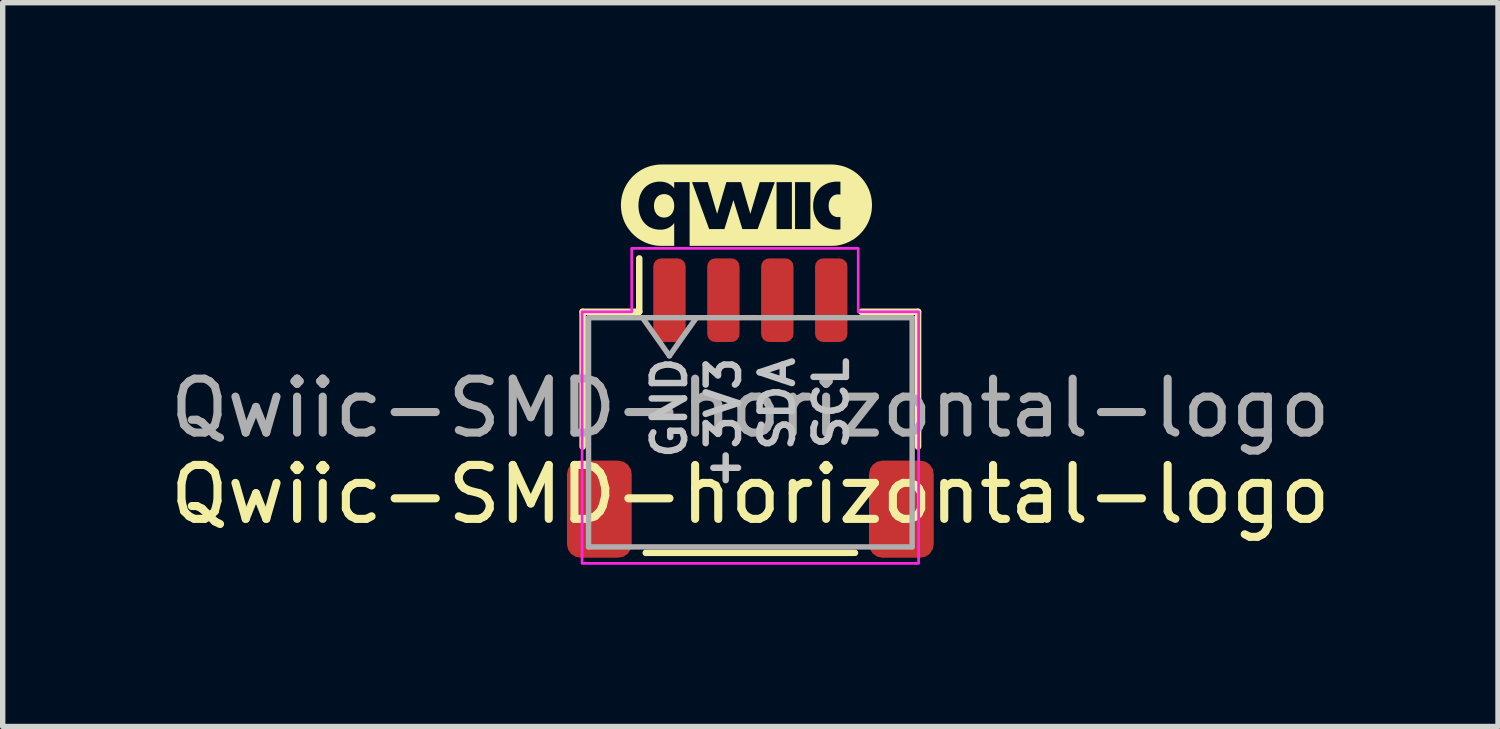
<source format=kicad_pcb>
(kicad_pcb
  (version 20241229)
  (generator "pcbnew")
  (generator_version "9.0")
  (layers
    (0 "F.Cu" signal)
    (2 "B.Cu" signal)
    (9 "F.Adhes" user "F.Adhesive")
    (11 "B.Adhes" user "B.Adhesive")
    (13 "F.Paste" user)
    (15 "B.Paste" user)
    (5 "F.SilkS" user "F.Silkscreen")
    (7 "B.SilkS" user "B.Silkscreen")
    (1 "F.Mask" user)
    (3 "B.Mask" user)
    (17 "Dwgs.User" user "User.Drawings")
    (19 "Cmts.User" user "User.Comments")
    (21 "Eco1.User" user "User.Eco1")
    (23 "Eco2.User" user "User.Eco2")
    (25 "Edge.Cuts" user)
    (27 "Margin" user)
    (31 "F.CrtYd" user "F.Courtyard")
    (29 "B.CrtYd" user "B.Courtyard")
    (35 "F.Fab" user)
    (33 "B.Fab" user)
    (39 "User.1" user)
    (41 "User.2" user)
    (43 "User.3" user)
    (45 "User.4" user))
  (footprint "Qwiic-SMD-horizontal-logo"
    (layer "F.Cu")
    (at 10.863 4.516)
    (property "Reference" "Qwiic-SMD-horizontal-logo" (at 0 1.6 0) (layer "F.SilkS") (effects (font (size 1 1) (thickness 0.15))))
    (attr smd)
    (fp_line (start -3.11 -1.785) (end -2.06 -1.785) (stroke (width 0.12) (type solid)) (layer "F.SilkS"))
    (fp_line (start -3.11 0.715) (end -3.11 -1.785) (stroke (width 0.12) (type solid)) (layer "F.SilkS"))
    (fp_line (start -2.06 -1.785) (end -2.06 -2.775) (stroke (width 0.12) (type solid)) (layer "F.SilkS"))
    (fp_line (start -1.94 2.685) (end 1.94 2.685) (stroke (width 0.12) (type solid)) (layer "F.SilkS"))
    (fp_line (start 3.11 -1.785) (end 2.06 -1.785) (stroke (width 0.12) (type solid)) (layer "F.SilkS"))
    (fp_line (start 3.11 0.715) (end 3.11 -1.785) (stroke (width 0.12) (type solid)) (layer "F.SilkS"))
    (fp_poly (pts (xy -1.588 -3.966) (xy -1.578 -3.966) (xy -1.568 -3.964) (xy -1.559 -3.963) (xy -1.549 -3.96) (xy -1.54 -3.958) (xy -1.531 -3.955) (xy -1.523 -3.951) (xy -1.514 -3.947) (xy -1.506 -3.943) (xy -1.498 -3.938) (xy -1.491 -3.932) (xy -1.483 -3.927) (xy -1.477 -3.92) (xy -1.47 -3.914) (xy -1.464 -3.907) (xy -1.458 -3.9) (xy -1.452 -3.892) (xy -1.447 -3.884) (xy -1.442 -3.876) (xy -1.437 -3.867) (xy -1.433 -3.858) (xy -1.429 -3.848) (xy -1.426 -3.838) (xy -1.422 -3.828) (xy -1.42 -3.818) (xy -1.417 -3.807) (xy -1.415 -3.796) (xy -1.414 -3.785) (xy -1.413 -3.773) (xy -1.412 -3.762) (xy -1.412 -3.75) (xy -1.412 -3.738) (xy -1.413 -3.726) (xy -1.414 -3.714) (xy -1.415 -3.703) (xy -1.417 -3.692) (xy -1.42 -3.682) (xy -1.422 -3.671) (xy -1.426 -3.661) (xy -1.429 -3.652) (xy -1.433 -3.642) (xy -1.437 -3.633) (xy -1.442 -3.624) (xy -1.447 -3.616) (xy -1.452 -3.608) (xy -1.458 -3.6) (xy -1.464 -3.593) (xy -1.47 -3.586) (xy -1.477 -3.579) (xy -1.483 -3.573) (xy -1.491 -3.567) (xy -1.498 -3.562) (xy -1.506 -3.557) (xy -1.514 -3.552) (xy -1.523 -3.548) (xy -1.531 -3.545) (xy -1.54 -3.541) (xy -1.549 -3.539) (xy -1.559 -3.537) (xy -1.568 -3.535) (xy -1.578 -3.533) (xy -1.588 -3.533) (xy -1.599 -3.532) (xy -1.609 -3.533) (xy -1.619 -3.533) (xy -1.629 -3.535) (xy -1.639 -3.537) (xy -1.648 -3.539) (xy -1.658 -3.541) (xy -1.667 -3.545) (xy -1.675 -3.548) (xy -1.684 -3.552) (xy -1.692 -3.557) (xy -1.7 -3.562) (xy -1.708 -3.567) (xy -1.715 -3.573) (xy -1.722 -3.579) (xy -1.728 -3.586) (xy -1.735 -3.593) (xy -1.741 -3.6) (xy -1.747 -3.608) (xy -1.752 -3.616) (xy -1.757 -3.624) (xy -1.761 -3.633) (xy -1.766 -3.642) (xy -1.77 -3.652) (xy -1.773 -3.661) (xy -1.776 -3.671) (xy -1.779 -3.682) (xy -1.781 -3.692) (xy -1.783 -3.703) (xy -1.785 -3.714) (xy -1.786 -3.726) (xy -1.786 -3.738) (xy -1.787 -3.75) (xy -1.786 -3.762) (xy -1.786 -3.773) (xy -1.785 -3.785) (xy -1.783 -3.796) (xy -1.781 -3.807) (xy -1.779 -3.817) (xy -1.776 -3.828) (xy -1.773 -3.838) (xy -1.77 -3.848) (xy -1.766 -3.857) (xy -1.761 -3.866) (xy -1.757 -3.875) (xy -1.752 -3.883) (xy -1.747 -3.891) (xy -1.741 -3.899) (xy -1.735 -3.906) (xy -1.728 -3.913) (xy -1.722 -3.92) (xy -1.715 -3.926) (xy -1.708 -3.932) (xy -1.7 -3.937) (xy -1.692 -3.942) (xy -1.684 -3.947) (xy -1.675 -3.951) (xy -1.667 -3.954) (xy -1.658 -3.958) (xy -1.648 -3.96) (xy -1.639 -3.963) (xy -1.629 -3.964) (xy -1.619 -3.966) (xy -1.609 -3.966) (xy -1.599 -3.967)) (stroke (width -0.000001) (type solid)) (fill yes) (layer "F.SilkS"))
    (fp_poly (pts (xy 1.54 -4.515) (xy 1.578 -4.512) (xy 1.616 -4.507) (xy 1.653 -4.5) (xy 1.689 -4.492) (xy 1.725 -4.482) (xy 1.76 -4.47) (xy 1.794 -4.457) (xy 1.828 -4.441) (xy 1.86 -4.425) (xy 1.892 -4.407) (xy 1.923 -4.387) (xy 1.952 -4.366) (xy 1.981 -4.344) (xy 2.008 -4.32) (xy 2.034 -4.295) (xy 2.059 -4.269) (xy 2.083 -4.241) (xy 2.105 -4.213) (xy 2.126 -4.183) (xy 2.146 -4.152) (xy 2.164 -4.121) (xy 2.181 -4.088) (xy 2.196 -4.055) (xy 2.21 -4.021) (xy 2.221 -3.986) (xy 2.232 -3.95) (xy 2.24 -3.913) (xy 2.247 -3.876) (xy 2.251 -3.838) (xy 2.254 -3.8) (xy 2.255 -3.761) (xy 2.255 -3.761) (xy 2.254 -3.722) (xy 2.251 -3.684) (xy 2.247 -3.646) (xy 2.24 -3.609) (xy 2.232 -3.573) (xy 2.221 -3.537) (xy 2.21 -3.502) (xy 2.196 -3.467) (xy 2.181 -3.434) (xy 2.164 -3.401) (xy 2.146 -3.37) (xy 2.126 -3.339) (xy 2.105 -3.31) (xy 2.083 -3.281) (xy 2.059 -3.254) (xy 2.034 -3.228) (xy 2.008 -3.203) (xy 1.981 -3.179) (xy 1.952 -3.156) (xy 1.923 -3.135) (xy 1.892 -3.116) (xy 1.86 -3.098) (xy 1.828 -3.081) (xy 1.794 -3.066) (xy 1.76 -3.052) (xy 1.725 -3.041) (xy 1.689 -3.03) (xy 1.653 -3.022) (xy 1.616 -3.015) (xy 1.578 -3.01) (xy 1.54 -3.008) (xy 1.501 -3.007) (xy -1.126 -3.007) (xy -1.126 -4.189) (xy -1.081 -4.189) (xy -0.764 -3.319) (xy -0.481 -3.319) (xy -0.314 -3.856) (xy -0.148 -3.319) (xy 0.135 -3.319) (xy 0.486 -3.319) (xy 0.77 -3.319) (xy 0.828 -3.319) (xy 1.113 -3.319) (xy 1.113 -3.75) (xy 1.164 -3.75) (xy 1.165 -3.725) (xy 1.166 -3.701) (xy 1.169 -3.677) (xy 1.172 -3.654) (xy 1.177 -3.632) (xy 1.182 -3.61) (xy 1.189 -3.589) (xy 1.196 -3.569) (xy 1.205 -3.549) (xy 1.214 -3.53) (xy 1.224 -3.511) (xy 1.235 -3.494) (xy 1.247 -3.476) (xy 1.259 -3.46) (xy 1.273 -3.445) (xy 1.287 -3.43) (xy 1.302 -3.416) (xy 1.318 -3.402) (xy 1.335 -3.39) (xy 1.352 -3.378) (xy 1.37 -3.368) (xy 1.389 -3.358) (xy 1.408 -3.349) (xy 1.428 -3.34) (xy 1.449 -3.333) (xy 1.47 -3.327) (xy 1.492 -3.321) (xy 1.515 -3.317) (xy 1.538 -3.313) (xy 1.562 -3.311) (xy 1.586 -3.309) (xy 1.611 -3.309) (xy 1.619 -3.309) (xy 1.626 -3.309) (xy 1.634 -3.309) (xy 1.641 -3.31) (xy 1.648 -3.31) (xy 1.656 -3.311) (xy 1.67 -3.312) (xy 1.67 -3.545) (xy 1.665 -3.544) (xy 1.659 -3.543) (xy 1.654 -3.542) (xy 1.649 -3.542) (xy 1.643 -3.541) (xy 1.637 -3.541) (xy 1.632 -3.541) (xy 1.626 -3.54) (xy 1.616 -3.541) (xy 1.607 -3.541) (xy 1.598 -3.543) (xy 1.589 -3.544) (xy 1.58 -3.546) (xy 1.572 -3.549) (xy 1.563 -3.552) (xy 1.555 -3.556) (xy 1.547 -3.559) (xy 1.54 -3.564) (xy 1.533 -3.569) (xy 1.526 -3.574) (xy 1.519 -3.579) (xy 1.512 -3.585) (xy 1.506 -3.591) (xy 1.5 -3.598) (xy 1.495 -3.605) (xy 1.49 -3.613) (xy 1.485 -3.621) (xy 1.48 -3.629) (xy 1.476 -3.637) (xy 1.472 -3.646) (xy 1.468 -3.655) (xy 1.465 -3.665) (xy 1.462 -3.674) (xy 1.459 -3.685) (xy 1.457 -3.695) (xy 1.455 -3.706) (xy 1.453 -3.728) (xy 1.452 -3.751) (xy 1.452 -3.763) (xy 1.453 -3.774) (xy 1.454 -3.785) (xy 1.455 -3.796) (xy 1.457 -3.807) (xy 1.459 -3.817) (xy 1.462 -3.827) (xy 1.465 -3.837) (xy 1.468 -3.846) (xy 1.472 -3.856) (xy 1.476 -3.864) (xy 1.48 -3.873) (xy 1.485 -3.881) (xy 1.49 -3.889) (xy 1.495 -3.896) (xy 1.5 -3.904) (xy 1.506 -3.91) (xy 1.512 -3.917) (xy 1.519 -3.923) (xy 1.526 -3.928) (xy 1.533 -3.933) (xy 1.54 -3.938) (xy 1.547 -3.943) (xy 1.555 -3.947) (xy 1.563 -3.95) (xy 1.572 -3.953) (xy 1.58 -3.956) (xy 1.589 -3.958) (xy 1.598 -3.96) (xy 1.607 -3.961) (xy 1.616 -3.962) (xy 1.626 -3.962) (xy 1.632 -3.962) (xy 1.637 -3.962) (xy 1.643 -3.961) (xy 1.649 -3.961) (xy 1.654 -3.96) (xy 1.659 -3.959) (xy 1.665 -3.958) (xy 1.67 -3.957) (xy 1.67 -4.195) (xy 1.657 -4.197) (xy 1.65 -4.197) (xy 1.643 -4.197) (xy 1.636 -4.198) (xy 1.629 -4.198) (xy 1.622 -4.198) (xy 1.615 -4.198) (xy 1.589 -4.198) (xy 1.565 -4.196) (xy 1.541 -4.194) (xy 1.518 -4.19) (xy 1.495 -4.186) (xy 1.473 -4.18) (xy 1.451 -4.174) (xy 1.43 -4.166) (xy 1.41 -4.158) (xy 1.39 -4.149) (xy 1.372 -4.138) (xy 1.353 -4.128) (xy 1.336 -4.116) (xy 1.319 -4.103) (xy 1.303 -4.09) (xy 1.288 -4.075) (xy 1.274 -4.06) (xy 1.26 -4.044) (xy 1.247 -4.028) (xy 1.235 -4.01) (xy 1.224 -3.992) (xy 1.214 -3.973) (xy 1.205 -3.954) (xy 1.197 -3.934) (xy 1.189 -3.913) (xy 1.183 -3.891) (xy 1.177 -3.869) (xy 1.173 -3.846) (xy 1.169 -3.823) (xy 1.166 -3.799) (xy 1.165 -3.775) (xy 1.164 -3.75) (xy 1.113 -3.75) (xy 1.113 -4.189) (xy 0.828 -4.189) (xy 0.828 -3.319) (xy 0.77 -3.319) (xy 0.77 -4.189) (xy 0.486 -4.189) (xy 0.486 -3.319) (xy 0.135 -3.319) (xy 0.454 -4.189) (xy 0.174 -4.189) (xy 0 -3.6) (xy -0.172 -4.189) (xy -0.445 -4.189) (xy -0.616 -3.6) (xy -0.79 -4.189) (xy -1.081 -4.189) (xy -1.126 -4.189) (xy -1.412 -4.189) (xy -1.412 -4.074) (xy -1.424 -4.089) (xy -1.436 -4.102) (xy -1.449 -4.115) (xy -1.463 -4.127) (xy -1.478 -4.138) (xy -1.493 -4.148) (xy -1.508 -4.158) (xy -1.525 -4.166) (xy -1.541 -4.173) (xy -1.559 -4.18) (xy -1.577 -4.185) (xy -1.596 -4.19) (xy -1.615 -4.194) (xy -1.635 -4.196) (xy -1.655 -4.198) (xy -1.676 -4.198) (xy -1.698 -4.198) (xy -1.72 -4.196) (xy -1.741 -4.194) (xy -1.762 -4.19) (xy -1.782 -4.186) (xy -1.802 -4.18) (xy -1.821 -4.174) (xy -1.839 -4.167) (xy -1.857 -4.159) (xy -1.874 -4.149) (xy -1.891 -4.14) (xy -1.907 -4.129) (xy -1.923 -4.117) (xy -1.937 -4.105) (xy -1.952 -4.091) (xy -1.965 -4.077) (xy -1.978 -4.063) (xy -1.99 -4.047) (xy -2.001 -4.031) (xy -2.012 -4.014) (xy -2.021 -3.996) (xy -2.03 -3.977) (xy -2.039 -3.958) (xy -2.046 -3.938) (xy -2.053 -3.918) (xy -2.058 -3.897) (xy -2.063 -3.875) (xy -2.067 -3.853) (xy -2.07 -3.83) (xy -2.073 -3.806) (xy -2.074 -3.782) (xy -2.075 -3.758) (xy -2.074 -3.733) (xy -2.073 -3.708) (xy -2.07 -3.684) (xy -2.067 -3.661) (xy -2.063 -3.638) (xy -2.058 -3.616) (xy -2.052 -3.594) (xy -2.046 -3.573) (xy -2.038 -3.553) (xy -2.03 -3.533) (xy -2.021 -3.515) (xy -2.011 -3.496) (xy -2 -3.479) (xy -1.989 -3.462) (xy -1.976 -3.446) (xy -1.964 -3.431) (xy -1.95 -3.417) (xy -1.936 -3.403) (xy -1.921 -3.39) (xy -1.905 -3.379) (xy -1.889 -3.367) (xy -1.872 -3.357) (xy -1.854 -3.348) (xy -1.836 -3.34) (xy -1.817 -3.332) (xy -1.797 -3.326) (xy -1.777 -3.32) (xy -1.757 -3.316) (xy -1.736 -3.312) (xy -1.714 -3.309) (xy -1.692 -3.308) (xy -1.669 -3.307) (xy -1.649 -3.308) (xy -1.629 -3.309) (xy -1.61 -3.312) (xy -1.591 -3.315) (xy -1.573 -3.32) (xy -1.556 -3.325) (xy -1.538 -3.332) (xy -1.522 -3.339) (xy -1.506 -3.347) (xy -1.491 -3.357) (xy -1.476 -3.367) (xy -1.462 -3.378) (xy -1.448 -3.39) (xy -1.436 -3.403) (xy -1.423 -3.417) (xy -1.412 -3.431) (xy -1.412 -3.007) (xy -1.645 -3.007) (xy -1.684 -3.008) (xy -1.722 -3.01) (xy -1.76 -3.015) (xy -1.797 -3.022) (xy -1.834 -3.03) (xy -1.87 -3.041) (xy -1.905 -3.052) (xy -1.939 -3.066) (xy -1.972 -3.081) (xy -2.005 -3.098) (xy -2.037 -3.116) (xy -2.067 -3.135) (xy -2.097 -3.156) (xy -2.125 -3.179) (xy -2.153 -3.203) (xy -2.179 -3.228) (xy -2.204 -3.254) (xy -2.228 -3.281) (xy -2.25 -3.31) (xy -2.271 -3.339) (xy -2.291 -3.37) (xy -2.309 -3.401) (xy -2.326 -3.434) (xy -2.341 -3.467) (xy -2.354 -3.502) (xy -2.366 -3.537) (xy -2.376 -3.573) (xy -2.385 -3.609) (xy -2.391 -3.646) (xy -2.396 -3.684) (xy -2.399 -3.722) (xy -2.4 -3.761) (xy -2.4 -3.761) (xy -2.399 -3.8) (xy -2.396 -3.838) (xy -2.391 -3.876) (xy -2.385 -3.913) (xy -2.376 -3.95) (xy -2.366 -3.986) (xy -2.354 -4.021) (xy -2.341 -4.055) (xy -2.326 -4.088) (xy -2.309 -4.121) (xy -2.291 -4.152) (xy -2.271 -4.183) (xy -2.25 -4.213) (xy -2.228 -4.241) (xy -2.204 -4.269) (xy -2.179 -4.295) (xy -2.153 -4.32) (xy -2.125 -4.344) (xy -2.097 -4.366) (xy -2.067 -4.387) (xy -2.037 -4.407) (xy -2.005 -4.425) (xy -1.972 -4.441) (xy -1.939 -4.457) (xy -1.905 -4.47) (xy -1.87 -4.482) (xy -1.834 -4.492) (xy -1.797 -4.5) (xy -1.76 -4.507) (xy -1.722 -4.512) (xy -1.684 -4.515) (xy -1.645 -4.516) (xy 1.501 -4.516)) (stroke (width -0.000001) (type solid)) (fill yes) (layer "F.SilkS"))
    (fp_poly (pts (xy 3.12 -1.785) (xy 3.12 2.88) (xy -3.12 2.88) (xy -3.12 -1.785) (xy -2.2 -1.785) (xy -2.2 -2.961) (xy 2 -2.961) (xy 2 -1.785)) (stroke (width 0.05) (type solid)) (fill no) (layer "F.CrtYd"))
    (fp_line (start -3 -1.675) (end -3 2.575) (stroke (width 0.1) (type solid)) (layer "F.Fab"))
    (fp_line (start -3 -1.675) (end 3 -1.675) (stroke (width 0.1) (type solid)) (layer "F.Fab"))
    (fp_line (start -3 2.575) (end 3 2.575) (stroke (width 0.1) (type solid)) (layer "F.Fab"))
    (fp_line (start -2 -1.675) (end -1.5 -0.968) (stroke (width 0.1) (type solid)) (layer "F.Fab"))
    (fp_line (start -1.5 -0.968) (end -1 -1.675) (stroke (width 0.1) (type solid)) (layer "F.Fab"))
    (fp_line (start 3 -1.675) (end 3 2.575) (stroke (width 0.1) (type solid)) (layer "F.Fab"))
    (fp_text user "SDA" (at 0.5 -1 90) (unlocked yes) (layer "Dwgs.User") (effects (font (size 0.6 0.6) (thickness 0.12) (bold yes)) (justify right)))
    (fp_text user "SCL" (at 1.5 -1 90) (unlocked yes) (layer "Dwgs.User") (effects (font (size 0.6 0.6) (thickness 0.12) (bold yes)) (justify right)))
    (fp_text user "+3V3" (at -0.5 -1 90) (unlocked yes) (layer "Dwgs.User") (effects (font (size 0.6 0.6) (thickness 0.12) (bold yes)) (justify right)))
    (fp_text user "GND" (at -1.5 -1 90) (unlocked yes) (layer "Dwgs.User") (effects (font (size 0.6 0.6) (thickness 0.12) (bold yes)) (justify right)))
    (fp_text user "${REFERENCE}" (at 0 0 0) (layer "F.Fab") (effects (font (size 1 1) (thickness 0.15))))
    (pad "1" smd roundrect (at -1.5 -2) (size 0.6 1.55) (layers "F.Cu" "F.Mask" "F.Paste") (roundrect_rratio 0.25))
    (pad "2" smd roundrect (at -0.5 -2) (size 0.6 1.55) (layers "F.Cu" "F.Mask" "F.Paste") (roundrect_rratio 0.25))
    (pad "3" smd roundrect (at 0.5 -2) (size 0.6 1.55) (layers "F.Cu" "F.Mask" "F.Paste") (roundrect_rratio 0.25))
    (pad "4" smd roundrect (at 1.5 -2) (size 0.6 1.55) (layers "F.Cu" "F.Mask" "F.Paste") (roundrect_rratio 0.25))
    (pad "MP" smd roundrect (at -2.8 1.875) (size 1.2 1.8) (layers "F.Cu" "F.Mask" "F.Paste") (roundrect_rratio 0.208))
    (pad "MP" smd roundrect (at 2.8 1.875) (size 1.2 1.8) (layers "F.Cu" "F.Mask" "F.Paste") (roundrect_rratio 0.208)))
  (gr_rect
    (start -3 -3)
    (end 24.726 10.421)
    (stroke (width 0.1) (type default))
    (fill no)
    (layer "Edge.Cuts")))
</source>
